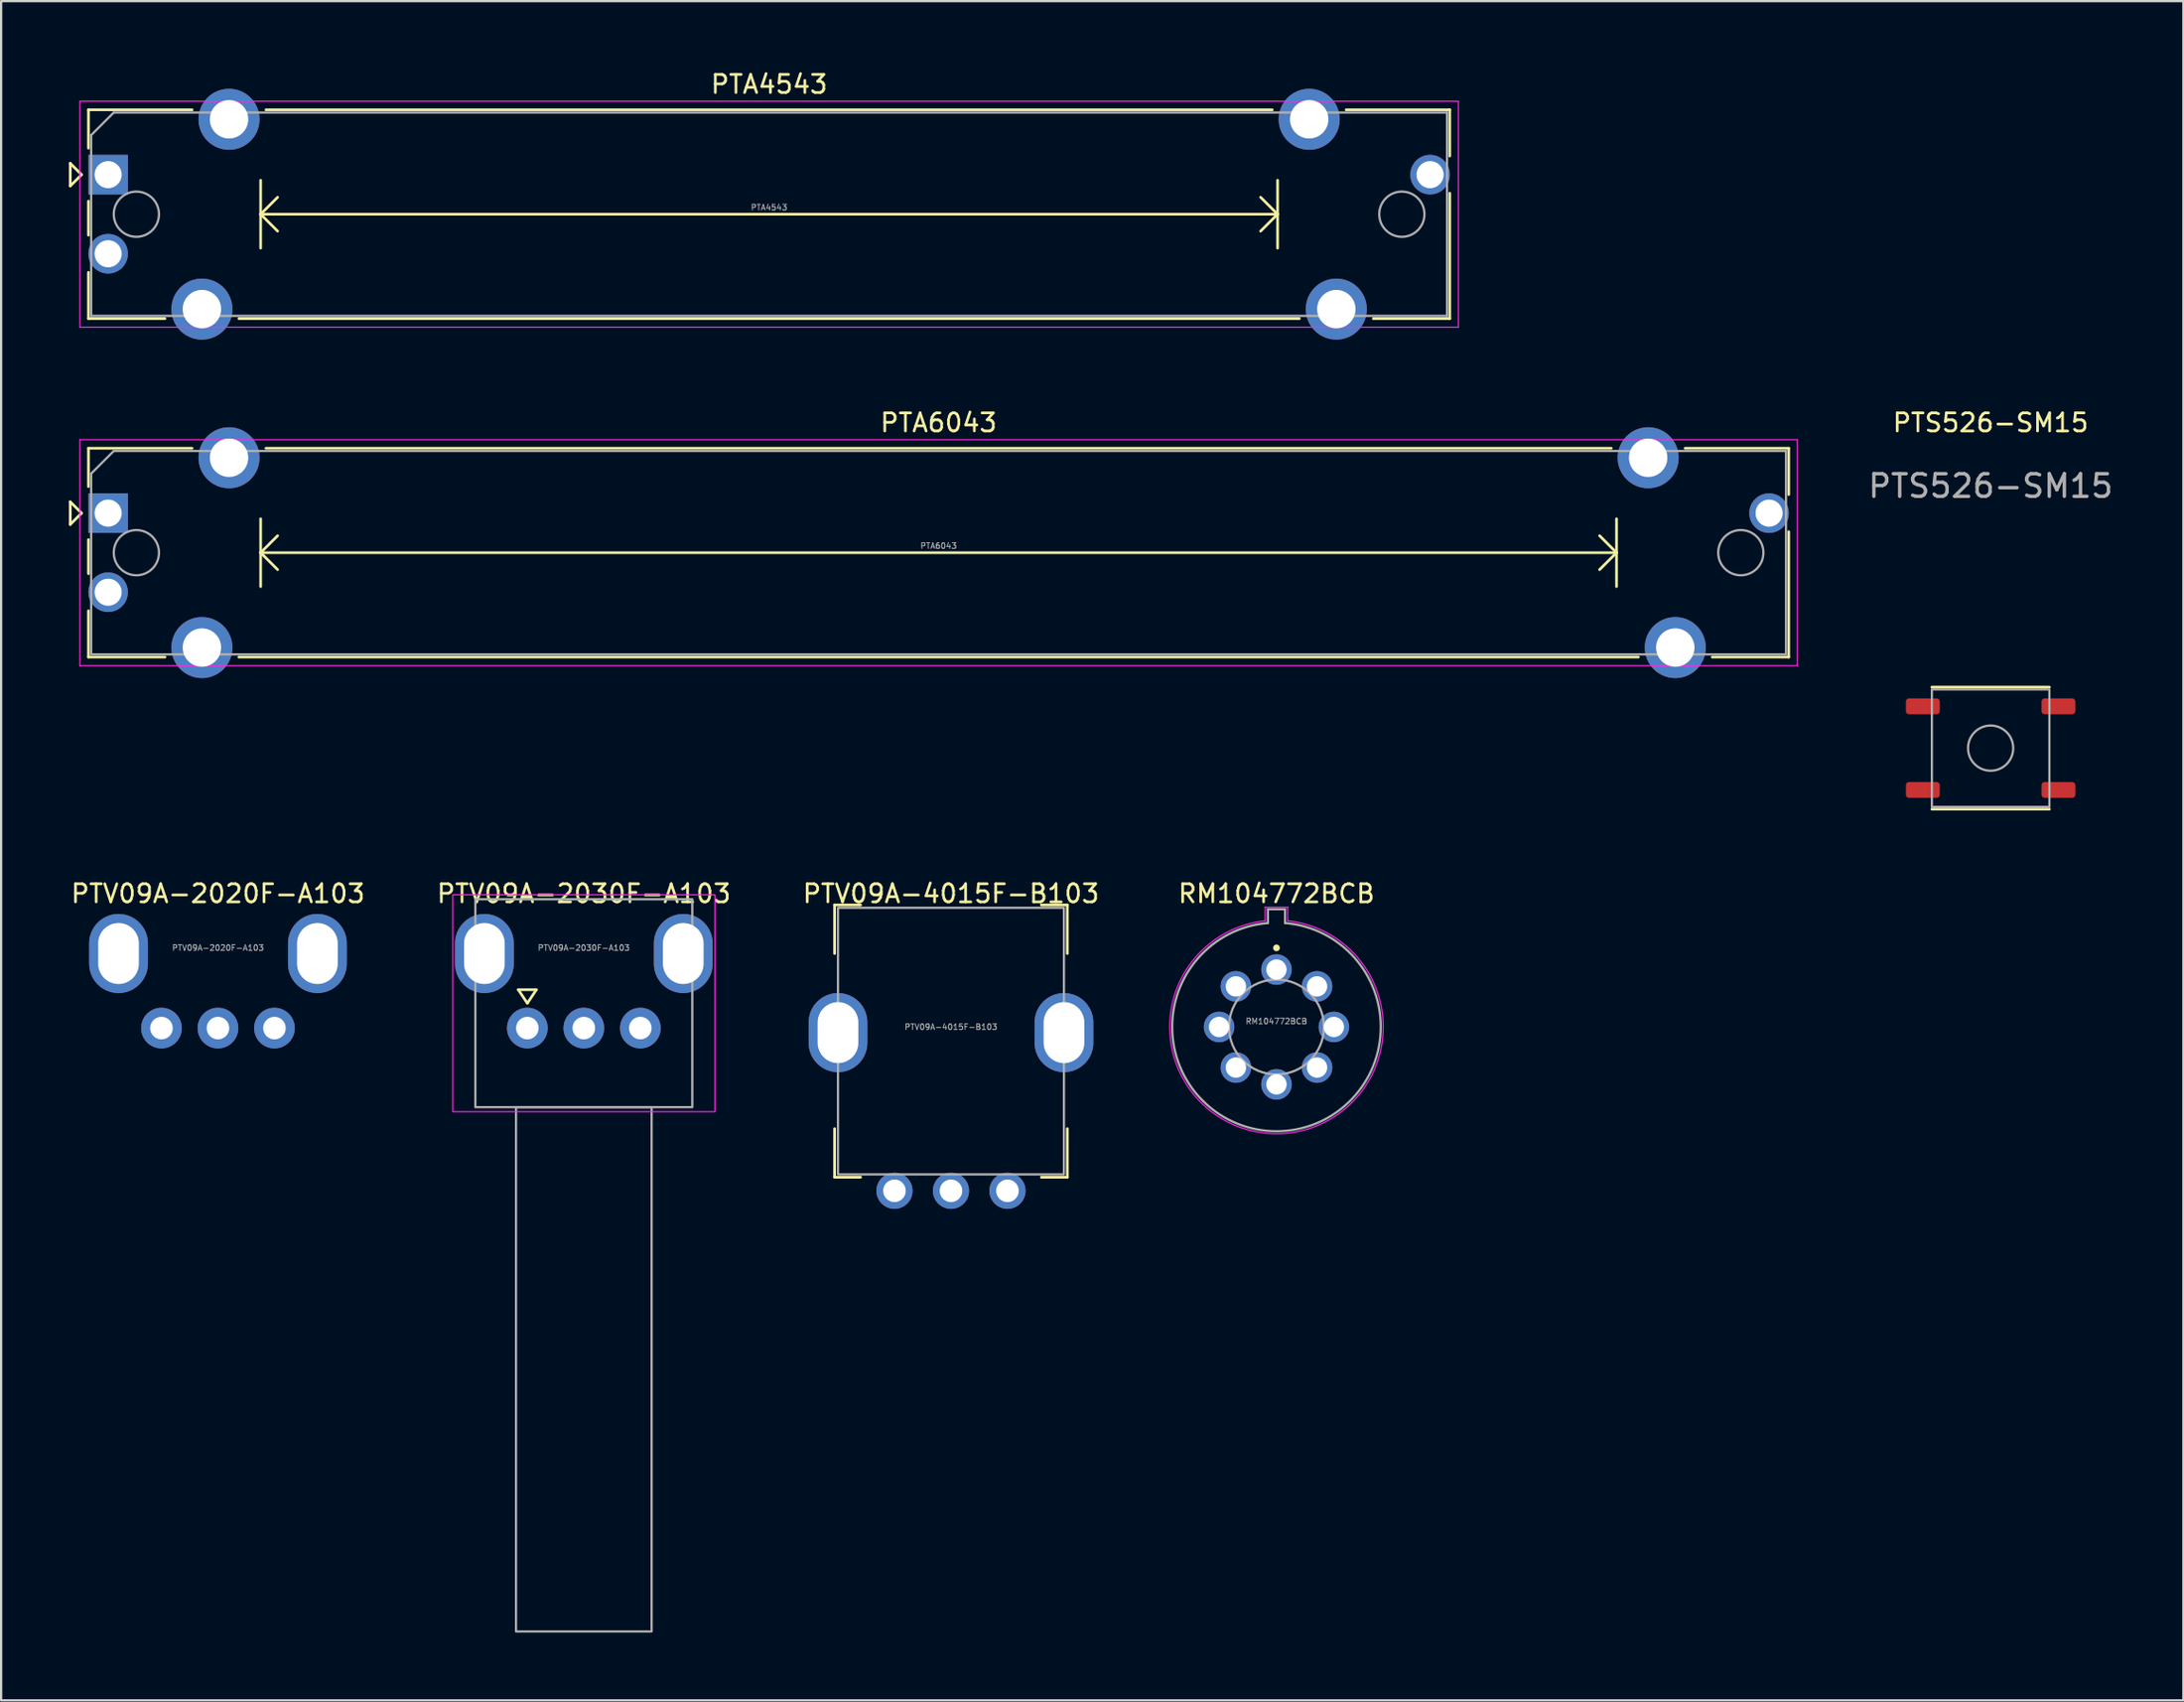
<source format=kicad_pcb>
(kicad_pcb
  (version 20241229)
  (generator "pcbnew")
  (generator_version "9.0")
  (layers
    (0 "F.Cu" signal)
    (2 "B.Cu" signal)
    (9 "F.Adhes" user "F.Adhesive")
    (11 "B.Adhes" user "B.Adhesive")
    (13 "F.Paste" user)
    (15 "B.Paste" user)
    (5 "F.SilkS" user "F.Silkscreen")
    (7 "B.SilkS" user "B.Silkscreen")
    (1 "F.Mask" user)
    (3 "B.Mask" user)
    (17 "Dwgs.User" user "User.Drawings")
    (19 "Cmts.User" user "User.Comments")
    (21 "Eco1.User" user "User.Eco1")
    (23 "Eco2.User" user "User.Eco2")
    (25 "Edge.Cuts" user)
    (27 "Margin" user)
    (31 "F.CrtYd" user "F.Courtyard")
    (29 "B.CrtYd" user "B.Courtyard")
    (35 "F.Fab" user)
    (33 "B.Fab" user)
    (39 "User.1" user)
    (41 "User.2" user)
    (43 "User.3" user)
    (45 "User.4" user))
  (footprint "PTA4543"
    (layer "F.Cu")
    (at 1.735 4.679)
    (property "Reference" "PTA4543" (at 29.25 -4 0) (layer "F.SilkS") (effects (font (size 0.8 0.8) (thickness 0.12))))
    (attr through_hole)
    (fp_line (start -1.675 -0.5) (end -1.675 0.5) (stroke (width 0.12) (type solid)) (layer "F.SilkS"))
    (fp_line (start -1.675 0.5) (end -1.175 0) (stroke (width 0.12) (type solid)) (layer "F.SilkS"))
    (fp_line (start -1.175 0) (end -1.675 -0.5) (stroke (width 0.12) (type solid)) (layer "F.SilkS"))
    (fp_line (start -0.87 -2.87) (end -0.87 -1.175) (stroke (width 0.12) (type solid)) (layer "F.SilkS"))
    (fp_line (start -0.87 -2.87) (end 3.715 -2.87) (stroke (width 0.12) (type solid)) (layer "F.SilkS"))
    (fp_line (start -0.87 1.175) (end -0.87 2.678) (stroke (width 0.12) (type solid)) (layer "F.SilkS"))
    (fp_line (start -0.87 4.323) (end -0.87 6.37) (stroke (width 0.12) (type solid)) (layer "F.SilkS"))
    (fp_line (start -0.87 6.37) (end 2.515 6.37) (stroke (width 0.12) (type solid)) (layer "F.SilkS"))
    (fp_line (start 5.786 6.37) (end 52.715 6.37) (stroke (width 0.12) (type solid)) (layer "F.SilkS"))
    (fp_line (start 6.75 0.25) (end 6.75 3.25) (stroke (width 0.12) (type solid)) (layer "F.SilkS"))
    (fp_line (start 6.75 1.75) (end 7.5 2.5) (stroke (width 0.12) (type solid)) (layer "F.SilkS"))
    (fp_line (start 6.75 1.75) (end 51.75 1.75) (stroke (width 0.12) (type solid)) (layer "F.SilkS"))
    (fp_line (start 6.986 -2.87) (end 51.515 -2.87) (stroke (width 0.12) (type solid)) (layer "F.SilkS"))
    (fp_line (start 7.5 1) (end 6.75 1.75) (stroke (width 0.12) (type solid)) (layer "F.SilkS"))
    (fp_line (start 51 1) (end 51.75 1.75) (stroke (width 0.12) (type solid)) (layer "F.SilkS"))
    (fp_line (start 51.75 0.25) (end 51.75 3.25) (stroke (width 0.12) (type solid)) (layer "F.SilkS"))
    (fp_line (start 51.75 1.75) (end 51 2.5) (stroke (width 0.12) (type solid)) (layer "F.SilkS"))
    (fp_line (start 54.786 -2.87) (end 59.37 -2.87) (stroke (width 0.12) (type solid)) (layer "F.SilkS"))
    (fp_line (start 55.986 6.37) (end 59.37 6.37) (stroke (width 0.12) (type solid)) (layer "F.SilkS"))
    (fp_line (start 59.37 -2.87) (end 59.37 -0.823) (stroke (width 0.12) (type solid)) (layer "F.SilkS"))
    (fp_line (start 59.37 0.823) (end 59.37 6.37) (stroke (width 0.12) (type solid)) (layer "F.SilkS"))
    (fp_line (start -1.25 -3.25) (end -1.25 6.75) (stroke (width 0.05) (type solid)) (layer "F.CrtYd"))
    (fp_line (start -1.25 6.75) (end 59.75 6.75) (stroke (width 0.05) (type solid)) (layer "F.CrtYd"))
    (fp_line (start 59.75 -3.25) (end -1.25 -3.25) (stroke (width 0.05) (type solid)) (layer "F.CrtYd"))
    (fp_line (start 59.75 6.75) (end 59.75 -3.25) (stroke (width 0.05) (type solid)) (layer "F.CrtYd"))
    (fp_line (start -0.75 -1.75) (end 0.25 -2.75) (stroke (width 0.1) (type solid)) (layer "F.Fab"))
    (fp_line (start -0.75 6.25) (end -0.75 -1.75) (stroke (width 0.1) (type solid)) (layer "F.Fab"))
    (fp_line (start 0.25 -2.75) (end 59.25 -2.75) (stroke (width 0.1) (type solid)) (layer "F.Fab"))
    (fp_line (start 59.25 -2.75) (end 59.25 6.25) (stroke (width 0.1) (type solid)) (layer "F.Fab"))
    (fp_line (start 59.25 6.25) (end -0.75 6.25) (stroke (width 0.1) (type solid)) (layer "F.Fab"))
    (fp_circle (center 1.25 1.75) (end 2.25 1.75) (stroke (width 0.1) (type solid)) (fill no) (layer "F.Fab"))
    (fp_circle (center 57.25 1.75) (end 58.25 1.75) (stroke (width 0.1) (type solid)) (fill no) (layer "F.Fab"))
    (fp_text user "${REFERENCE}" (at 29.25 1.45 0) (layer "F.Fab") (effects (font (size 0.25 0.25) (thickness 0.04))))
    (pad "1" thru_hole rect (at 0 0) (size 1.75 1.75) (drill 1.2) (layers "*.Cu" "*.Mask"))
    (pad "2" thru_hole circle (at 0 3.5) (size 1.75 1.75) (drill 1.2) (layers "*.Cu" "*.Mask"))
    (pad "3" thru_hole circle (at 58.5 0) (size 1.75 1.75) (drill 1.2) (layers "*.Cu" "*.Mask"))
    (pad "MP" thru_hole circle (at 4.15 5.95) (size 2.7 2.7) (drill 1.7) (layers "*.Cu" "*.Mask"))
    (pad "MP" thru_hole circle (at 5.35 -2.45) (size 2.7 2.7) (drill 1.7) (layers "*.Cu" "*.Mask"))
    (pad "MP" thru_hole circle (at 53.15 -2.45) (size 2.7 2.7) (drill 1.7) (layers "*.Cu" "*.Mask"))
    (pad "MP" thru_hole circle (at 54.35 5.95) (size 2.7 2.7) (drill 1.7) (layers "*.Cu" "*.Mask")))
  (footprint "PTS526-SM15"
    (layer "F.Cu")
    (at 85.04 30.057)
    (property "Reference" "PTS526-SM15" (at 0 -14.4 0) (unlocked yes) (layer "F.SilkS") (effects (font (size 0.8 0.8) (thickness 0.12))))
    (attr smd)
    (fp_line (start -2.6 -2.7) (end 2.6 -2.7) (stroke (width 0.12) (type default)) (layer "F.SilkS"))
    (fp_line (start -2.6 2.7) (end 2.6 2.7) (stroke (width 0.12) (type default)) (layer "F.SilkS"))
    (fp_rect (start -2.6 -2.6) (end 2.6 2.6) (stroke (width 0.1) (type default)) (fill no) (layer "F.Fab"))
    (fp_circle (center 0 0) (end 1 0) (stroke (width 0.1) (type default)) (fill no) (layer "F.Fab"))
    (fp_text user "${REFERENCE}" (at 0 -11.6 0) (unlocked yes) (layer "F.Fab") (effects (font (size 1 1) (thickness 0.15))))
    (pad "1" smd roundrect (at -3 -1.85) (size 1.5 0.7) (layers "F.Cu" "F.Mask" "F.Paste") (roundrect_rratio 0.2))
    (pad "1" smd roundrect (at 3 -1.85) (size 1.5 0.7) (layers "F.Cu" "F.Mask" "F.Paste") (roundrect_rratio 0.2))
    (pad "2" smd roundrect (at -3 1.85) (size 1.5 0.7) (layers "F.Cu" "F.Mask" "F.Paste") (roundrect_rratio 0.2))
    (pad "2" smd roundrect (at 3 1.85) (size 1.5 0.7) (layers "F.Cu" "F.Mask" "F.Paste") (roundrect_rratio 0.2)))
  (footprint "PTV09A-2030F-A103"
    (layer "F.Cu")
    (at 22.786 39.146)
    (property "Reference" "PTV09A-2030F-A103" (at 0 -2.65 0) (unlocked yes) (layer "F.SilkS") (effects (font (size 0.8 0.8) (thickness 0.12))))
    (attr through_hole)
    (fp_line (start -2.9 1.6) (end -2.1 1.6) (stroke (width 0.12) (type default)) (layer "F.SilkS"))
    (fp_line (start -2.5 2.2) (end -2.9 1.6) (stroke (width 0.12) (type default)) (layer "F.SilkS"))
    (fp_line (start -2.1 1.6) (end -2.5 2.2) (stroke (width 0.12) (type default)) (layer "F.SilkS"))
    (fp_rect (start -5.8 -2.6) (end 5.8 7) (stroke (width 0.05) (type default)) (fill no) (layer "F.CrtYd"))
    (fp_rect (start -4.8 -2.4) (end 4.8 6.8) (stroke (width 0.1) (type default)) (fill no) (layer "F.Fab"))
    (fp_rect (start -3 6.8) (end 3 30) (stroke (width 0.1) (type default)) (fill no) (layer "F.Fab"))
    (fp_text user "${REFERENCE}" (at 0 -0.25 0) (unlocked yes) (layer "F.Fab") (effects (font (size 0.25 0.25) (thickness 0.04))))
    (pad "1" thru_hole circle (at -2.5 3.3) (size 1.8 1.8) (drill 1) (layers "*.Cu" "*.Mask"))
    (pad "2" thru_hole circle (at 0 3.3) (size 1.8 1.8) (drill 1) (layers "*.Cu" "*.Mask"))
    (pad "3" thru_hole circle (at 2.5 3.3) (size 1.8 1.8) (drill 1) (layers "*.Cu" "*.Mask"))
    (pad "MP" thru_hole oval (at -4.4 0) (size 2.6 3.5) (drill oval 1.8 2.7) (layers "*.Cu" "*.Mask"))
    (pad "MP" thru_hole oval (at 4.4 0) (size 2.6 3.5) (drill oval 1.8 2.7) (layers "*.Cu" "*.Mask")))
  (footprint "PTV09A-4015F-B103"
    (layer "F.Cu")
    (at 39.033 42.646)
    (property "Reference" "PTV09A-4015F-B103" (at 0 -6.15 0) (unlocked yes) (layer "F.SilkS") (effects (font (size 0.8 0.8) (thickness 0.12))))
    (attr through_hole)
    (fp_line (start -5.15 -5.65) (end -5.15 -3.5) (stroke (width 0.12) (type default)) (layer "F.SilkS"))
    (fp_line (start -5.15 6.4) (end -5.15 4.25) (stroke (width 0.12) (type default)) (layer "F.SilkS"))
    (fp_line (start -4 -5.65) (end -5.15 -5.65) (stroke (width 0.12) (type default)) (layer "F.SilkS"))
    (fp_line (start -4 6.4) (end -5.15 6.4) (stroke (width 0.12) (type default)) (layer "F.SilkS"))
    (fp_line (start 4 -5.65) (end 5.15 -5.65) (stroke (width 0.12) (type default)) (layer "F.SilkS"))
    (fp_line (start 4 6.4) (end 5.15 6.4) (stroke (width 0.12) (type default)) (layer "F.SilkS"))
    (fp_line (start 5.15 -5.65) (end 5.15 -3.5) (stroke (width 0.12) (type default)) (layer "F.SilkS"))
    (fp_line (start 5.15 6.4) (end 5.15 4.25) (stroke (width 0.12) (type default)) (layer "F.SilkS"))
    (fp_rect (start -5 -5.525) (end 5 6.275) (stroke (width 0.1) (type default)) (fill no) (layer "F.Fab"))
    (fp_text user "${REFERENCE}" (at 0 -0.25 0) (unlocked yes) (layer "F.Fab") (effects (font (size 0.25 0.25) (thickness 0.04))))
    (pad "1" thru_hole circle (at -2.5 7) (size 1.6 1.6) (drill 1) (layers "*.Cu" "*.Mask"))
    (pad "2" thru_hole circle (at 0 7) (size 1.6 1.6) (drill 1) (layers "*.Cu" "*.Mask"))
    (pad "3" thru_hole circle (at 2.5 7) (size 1.6 1.6) (drill 1) (layers "*.Cu" "*.Mask"))
    (pad "MP" thru_hole oval (at -5 0) (size 2.6 3.5) (drill oval 1.8 2.7) (layers "*.Cu" "*.Mask"))
    (pad "MP" thru_hole oval (at 5 0) (size 2.6 3.5) (drill oval 1.8 2.7) (layers "*.Cu" "*.Mask")))
  (footprint "RM104772BCB"
    (layer "F.Cu")
    (at 53.437 42.396)
    (property "Reference" "RM104772BCB" (at 0 -5.9 0) (unlocked yes) (layer "F.SilkS") (effects (font (size 0.8 0.8) (thickness 0.12))))
    (attr through_hole)
    (fp_circle (center 0 -3.5) (end 0.15 -3.5) (stroke (width 0) (type solid)) (fill yes) (layer "F.SilkS"))
    (fp_line (start -0.5 -5.3) (end -0.5 -4.7) (stroke (width 0.05) (type solid)) (layer "F.CrtYd"))
    (fp_line (start -0.5 -5.3) (end 0.5 -5.3) (stroke (width 0.05) (type solid)) (layer "F.CrtYd"))
    (fp_line (start 0.5 -5.3) (end 0.5 -4.7) (stroke (width 0.05) (type solid)) (layer "F.CrtYd"))
    (fp_arc (start 0.5 -4.699999) (mid 0 4.72652) (end -0.5 -4.699999) (stroke (width 0.05) (type solid)) (layer "F.CrtYd"))
    (fp_line (start -0.38 -5.21) (end 0.38 -5.21) (stroke (width 0.1) (type solid)) (layer "F.Fab"))
    (fp_line (start -0.38 -4.6) (end -0.38 -5.21) (stroke (width 0.1) (type solid)) (layer "F.Fab"))
    (fp_line (start 0.38 -5.21) (end 0.38 -4.6) (stroke (width 0.1) (type solid)) (layer "F.Fab"))
    (fp_arc (start 0.38 -4.599999) (mid 0 4.615668) (end -0.38 -4.599999) (stroke (width 0.1) (type solid)) (layer "F.Fab"))
    (fp_circle (center 0 0) (end 2.1 0) (stroke (width 0.1) (type solid)) (fill no) (layer "F.Fab"))
    (fp_text user "${REFERENCE}" (at 0 -0.25 0) (unlocked yes) (layer "F.Fab") (effects (font (size 0.25 0.25) (thickness 0.04))))
    (pad "1" thru_hole circle (at 1.796 -1.796) (size 1.35 1.35) (drill 0.9) (layers "*.Cu" "*.Mask"))
    (pad "2" thru_hole circle (at 2.54 0) (size 1.35 1.35) (drill 0.9) (layers "*.Cu" "*.Mask"))
    (pad "3" thru_hole circle (at 1.796 1.796) (size 1.35 1.35) (drill 0.9) (layers "*.Cu" "*.Mask"))
    (pad "4" thru_hole circle (at 0 2.54) (size 1.35 1.35) (drill 0.9) (layers "*.Cu" "*.Mask"))
    (pad "5" thru_hole circle (at -1.796 1.796) (size 1.35 1.35) (drill 0.9) (layers "*.Cu" "*.Mask"))
    (pad "6" thru_hole circle (at -2.54 0) (size 1.35 1.35) (drill 0.9) (layers "*.Cu" "*.Mask"))
    (pad "7" thru_hole circle (at -1.796 -1.796) (size 1.35 1.35) (drill 0.9) (layers "*.Cu" "*.Mask"))
    (pad "C" thru_hole circle (at 0 -2.54) (size 1.35 1.35) (drill 0.9) (layers "*.Cu" "*.Mask")))
  (footprint "PTV09A-2020F-A103"
    (layer "F.Cu")
    (at 6.595 39.146)
    (property "Reference" "PTV09A-2020F-A103" (at 0 -2.65 0) (unlocked yes) (layer "F.SilkS") (effects (font (size 0.8 0.8) (thickness 0.12))))
    (attr through_hole)
    (fp_text user "${REFERENCE}" (at 0 -0.25 0) (unlocked yes) (layer "F.Fab") (effects (font (size 0.25 0.25) (thickness 0.04))))
    (pad "1" thru_hole circle (at -2.5 3.3) (size 1.8 1.8) (drill 1) (layers "*.Cu" "*.Mask"))
    (pad "2" thru_hole circle (at 0 3.3) (size 1.8 1.8) (drill 1) (layers "*.Cu" "*.Mask"))
    (pad "3" thru_hole circle (at 2.5 3.3) (size 1.8 1.8) (drill 1) (layers "*.Cu" "*.Mask"))
    (pad "MP" thru_hole oval (at -4.4 0) (size 2.6 3.5) (drill oval 1.8 2.7) (layers "*.Cu" "*.Mask"))
    (pad "MP" thru_hole oval (at 4.4 0) (size 2.6 3.5) (drill oval 1.8 2.7) (layers "*.Cu" "*.Mask")))
  (footprint "PTA6043"
    (layer "F.Cu")
    (at 1.735 19.657)
    (property "Reference" "PTA6043" (at 36.75 -4 0) (layer "F.SilkS") (effects (font (size 0.8 0.8) (thickness 0.12))))
    (attr through_hole)
    (fp_line (start -1.675 -0.5) (end -1.675 0.5) (stroke (width 0.12) (type solid)) (layer "F.SilkS"))
    (fp_line (start -1.675 0.5) (end -1.175 0) (stroke (width 0.12) (type solid)) (layer "F.SilkS"))
    (fp_line (start -1.175 0) (end -1.675 -0.5) (stroke (width 0.12) (type solid)) (layer "F.SilkS"))
    (fp_line (start -0.87 -2.87) (end -0.87 -1.175) (stroke (width 0.12) (type solid)) (layer "F.SilkS"))
    (fp_line (start -0.87 -2.87) (end 3.715 -2.87) (stroke (width 0.12) (type solid)) (layer "F.SilkS"))
    (fp_line (start -0.87 1.175) (end -0.87 2.678) (stroke (width 0.12) (type solid)) (layer "F.SilkS"))
    (fp_line (start -0.87 4.323) (end -0.87 6.37) (stroke (width 0.12) (type solid)) (layer "F.SilkS"))
    (fp_line (start -0.87 6.37) (end 2.515 6.37) (stroke (width 0.12) (type solid)) (layer "F.SilkS"))
    (fp_line (start 5.786 6.37) (end 67.715 6.37) (stroke (width 0.12) (type solid)) (layer "F.SilkS"))
    (fp_line (start 6.75 0.25) (end 6.75 3.25) (stroke (width 0.12) (type solid)) (layer "F.SilkS"))
    (fp_line (start 6.75 1.75) (end 7.5 2.5) (stroke (width 0.12) (type solid)) (layer "F.SilkS"))
    (fp_line (start 6.75 1.75) (end 66.75 1.75) (stroke (width 0.12) (type solid)) (layer "F.SilkS"))
    (fp_line (start 6.986 -2.87) (end 66.515 -2.87) (stroke (width 0.12) (type solid)) (layer "F.SilkS"))
    (fp_line (start 7.5 1) (end 6.75 1.75) (stroke (width 0.12) (type solid)) (layer "F.SilkS"))
    (fp_line (start 66 1) (end 66.75 1.75) (stroke (width 0.12) (type solid)) (layer "F.SilkS"))
    (fp_line (start 66.75 0.25) (end 66.75 3.25) (stroke (width 0.12) (type solid)) (layer "F.SilkS"))
    (fp_line (start 66.75 1.75) (end 66 2.5) (stroke (width 0.12) (type solid)) (layer "F.SilkS"))
    (fp_line (start 69.786 -2.87) (end 74.37 -2.87) (stroke (width 0.12) (type solid)) (layer "F.SilkS"))
    (fp_line (start 70.986 6.37) (end 74.37 6.37) (stroke (width 0.12) (type solid)) (layer "F.SilkS"))
    (fp_line (start 74.37 -2.87) (end 74.37 -0.823) (stroke (width 0.12) (type solid)) (layer "F.SilkS"))
    (fp_line (start 74.37 0.823) (end 74.37 6.37) (stroke (width 0.12) (type solid)) (layer "F.SilkS"))
    (fp_line (start -1.25 -3.25) (end -1.25 6.75) (stroke (width 0.05) (type solid)) (layer "F.CrtYd"))
    (fp_line (start -1.25 6.75) (end 74.75 6.75) (stroke (width 0.05) (type solid)) (layer "F.CrtYd"))
    (fp_line (start 74.75 -3.25) (end -1.25 -3.25) (stroke (width 0.05) (type solid)) (layer "F.CrtYd"))
    (fp_line (start 74.75 6.75) (end 74.75 -3.25) (stroke (width 0.05) (type solid)) (layer "F.CrtYd"))
    (fp_line (start -0.75 -1.75) (end 0.25 -2.75) (stroke (width 0.1) (type solid)) (layer "F.Fab"))
    (fp_line (start -0.75 6.25) (end -0.75 -1.75) (stroke (width 0.1) (type solid)) (layer "F.Fab"))
    (fp_line (start 0.25 -2.75) (end 74.25 -2.75) (stroke (width 0.1) (type solid)) (layer "F.Fab"))
    (fp_line (start 74.25 -2.75) (end 74.25 6.25) (stroke (width 0.1) (type solid)) (layer "F.Fab"))
    (fp_line (start 74.25 6.25) (end -0.75 6.25) (stroke (width 0.1) (type solid)) (layer "F.Fab"))
    (fp_circle (center 1.25 1.75) (end 2.25 1.75) (stroke (width 0.1) (type solid)) (fill no) (layer "F.Fab"))
    (fp_circle (center 72.25 1.75) (end 73.25 1.75) (stroke (width 0.1) (type solid)) (fill no) (layer "F.Fab"))
    (fp_text user "${REFERENCE}" (at 36.75 1.45 0) (layer "F.Fab") (effects (font (size 0.25 0.25) (thickness 0.04))))
    (pad "1" thru_hole rect (at 0 0) (size 1.75 1.75) (drill 1.2) (layers "*.Cu" "*.Mask"))
    (pad "2" thru_hole circle (at 0 3.5) (size 1.75 1.75) (drill 1.2) (layers "*.Cu" "*.Mask"))
    (pad "3" thru_hole circle (at 73.5 0) (size 1.75 1.75) (drill 1.2) (layers "*.Cu" "*.Mask"))
    (pad "MP" thru_hole circle (at 4.15 5.95) (size 2.7 2.7) (drill 1.7) (layers "*.Cu" "*.Mask"))
    (pad "MP" thru_hole circle (at 5.35 -2.45) (size 2.7 2.7) (drill 1.7) (layers "*.Cu" "*.Mask"))
    (pad "MP" thru_hole circle (at 68.15 -2.45) (size 2.7 2.7) (drill 1.7) (layers "*.Cu" "*.Mask"))
    (pad "MP" thru_hole circle (at 69.35 5.95) (size 2.7 2.7) (drill 1.7) (layers "*.Cu" "*.Mask")))
  (gr_rect
    (start -3 -3)
    (end 93.57 72.196)
    (stroke (width 0.1) (type default))
    (fill no)
    (layer "Edge.Cuts")))
</source>
